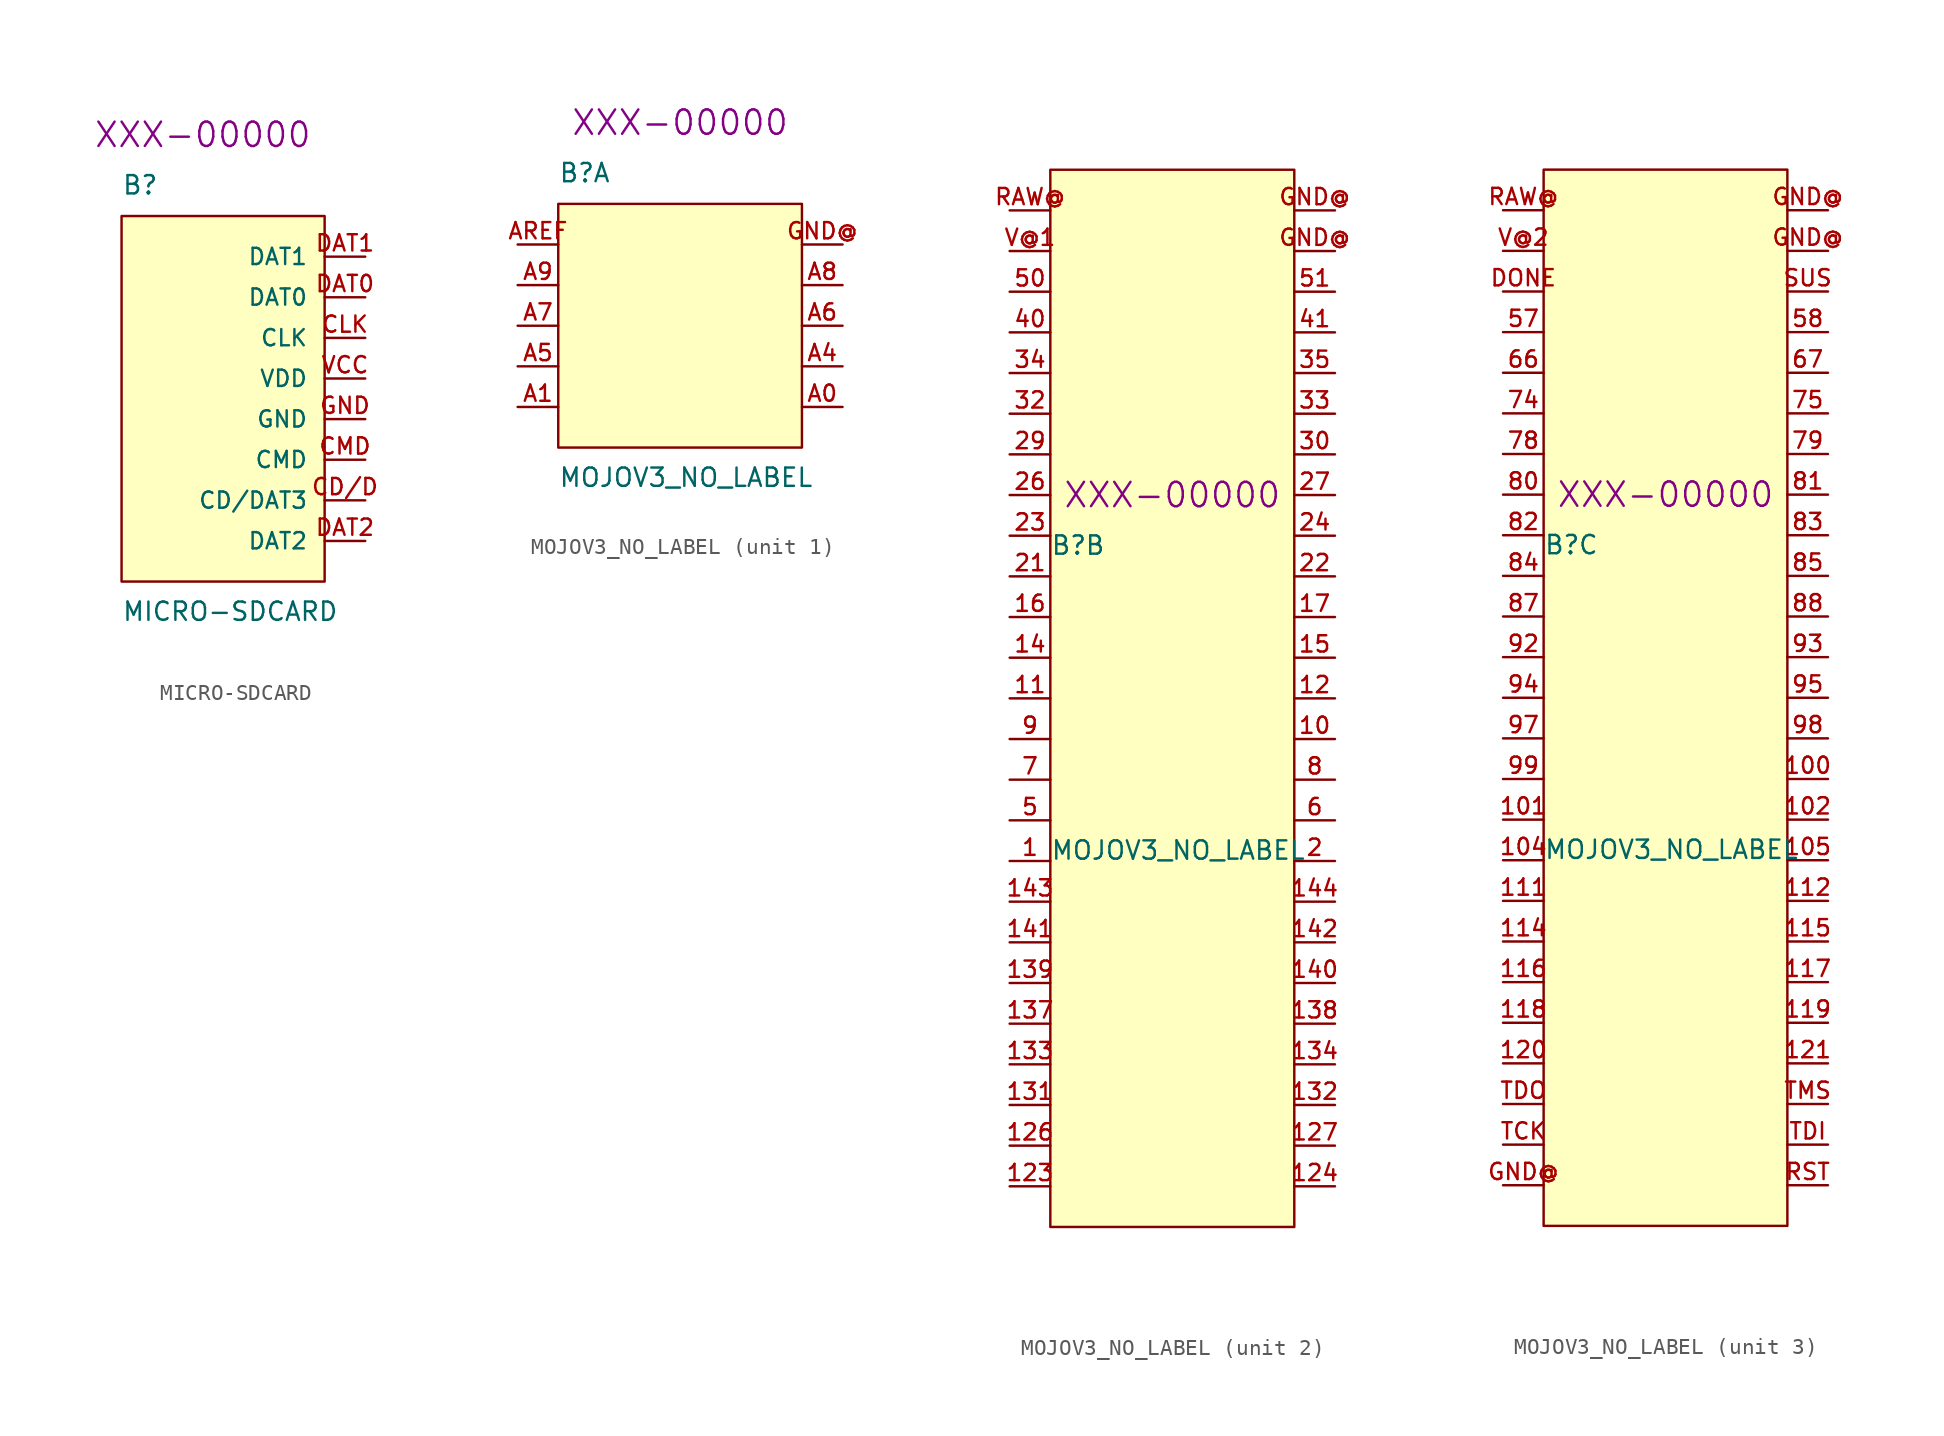
<source format=kicad_sym>
(kicad_symbol_lib
  (version 20201005)
  (generator kicad_symbol_editor)
  (symbol "MICRO-SDCARD"
    (pin_names
      (offset 1.016))
    (property "Reference" "B"
      (at -5.08 13.97 0)
      (effects (font (size 1.143 1.143)) (justify left bottom)))
    (property "Value" "MICRO-SDCARD"
      (at -5.08 -12.7 0)
      (effects (font (size 1.143 1.143)) (justify left bottom)))
    (property "Field4" "XXX-00000"
      (at 0 17.78 0)
      (effects (font (size 1.524 1.524))))
    (property "ki_locked" ""
      (at 0 0 0)
      (effects (font (size 1.27 1.27))))
    (symbol "MICRO-SDCARD_1_1"
      (polyline (pts (xy 7.62 12.7) (xy 7.62 -10.16) (xy -5.08 -10.16) (xy -5.08 12.7) (xy 7.62 12.7)) (stroke (width 0)) (fill (type background)))
      (pin power_in line (at 10.16 2.54 180) (length 2.54) (name "VDD" (effects (font (size 1.016 1.016)))) (number "VCC" (effects (font (size 1.016 1.016)))))
      (pin bidirectional line (at 10.16 -2.54 180) (length 2.54) (name "CMD" (effects (font (size 1.016 1.016)))) (number "CMD" (effects (font (size 1.016 1.016)))))
      (pin power_in line (at 10.16 0 180) (length 2.54) (name "GND" (effects (font (size 1.016 1.016)))) (number "GND" (effects (font (size 1.016 1.016)))))
      (pin bidirectional line (at 10.16 5.08 180) (length 2.54) (name "CLK" (effects (font (size 1.016 1.016)))) (number "CLK" (effects (font (size 1.016 1.016)))))
      (pin bidirectional line (at 10.16 7.62 180) (length 2.54) (name "DAT0" (effects (font (size 1.016 1.016)))) (number "DAT0" (effects (font (size 1.016 1.016)))))
      (pin bidirectional line (at 10.16 10.16 180) (length 2.54) (name "DAT1" (effects (font (size 1.016 1.016)))) (number "DAT1" (effects (font (size 1.016 1.016)))))
      (pin bidirectional line (at 10.16 -7.62 180) (length 2.54) (name "DAT2" (effects (font (size 1.016 1.016)))) (number "DAT2" (effects (font (size 1.016 1.016)))))
      (pin bidirectional line (at 10.16 -5.08 180) (length 2.54) (name "CD/DAT3" (effects (font (size 1.016 1.016)))) (number "CD/D" (effects (font (size 1.016 1.016)))))))
  (symbol "MOJOV3_NO_LABEL"
    (pin_names
      (offset 1.016) hide)
    (property "Reference" "B"
      (at -7.62 8.89 0)
      (effects (font (size 1.143 1.143)) (justify left bottom)))
    (property "Value" "MOJOV3_NO_LABEL"
      (at -7.62 -10.16 0)
      (effects (font (size 1.143 1.143)) (justify left bottom)))
    (property "Field4" "XXX-00000"
      (at 0 12.7 0)
      (effects (font (size 1.524 1.524))))
    (property "ki_locked" ""
      (at 0 0 0)
      (effects (font (size 1.27 1.27))))
    (symbol "MOJOV3_NO_LABEL_1_1"
      (polyline (pts (xy -7.62 7.62) (xy 7.62 7.62) (xy 7.62 -7.62) (xy -7.62 -7.62) (xy -7.62 7.62)) (stroke (width 0)) (fill (type background)))
      (pin input line (at 10.16 -5.08 180) (length 2.54) (name "A0" (effects (font (size 1.016 1.016)))) (number "A0" (effects (font (size 1.016 1.016)))))
      (pin input line (at -10.16 -5.08 0) (length 2.54) (name "A1" (effects (font (size 1.016 1.016)))) (number "A1" (effects (font (size 1.016 1.016)))))
      (pin input line (at 10.16 -2.54 180) (length 2.54) (name "A4" (effects (font (size 1.016 1.016)))) (number "A4" (effects (font (size 1.016 1.016)))))
      (pin input line (at -10.16 -2.54 0) (length 2.54) (name "A5" (effects (font (size 1.016 1.016)))) (number "A5" (effects (font (size 1.016 1.016)))))
      (pin input line (at 10.16 0 180) (length 2.54) (name "A6" (effects (font (size 1.016 1.016)))) (number "A6" (effects (font (size 1.016 1.016)))))
      (pin input line (at -10.16 0 0) (length 2.54) (name "A7" (effects (font (size 1.016 1.016)))) (number "A7" (effects (font (size 1.016 1.016)))))
      (pin input line (at 10.16 2.54 180) (length 2.54) (name "A8" (effects (font (size 1.016 1.016)))) (number "A8" (effects (font (size 1.016 1.016)))))
      (pin input line (at -10.16 2.54 0) (length 2.54) (name "A9" (effects (font (size 1.016 1.016)))) (number "A9" (effects (font (size 1.016 1.016)))))
      (pin power_out line (at 10.16 5.08 180) (length 2.54) (name "GND" (effects (font (size 1.016 1.016)))) (number "GND@" (effects (font (size 1.016 1.016)))))
      (pin input line (at -10.16 5.08 0) (length 2.54) (name "AREF" (effects (font (size 1.016 1.016)))) (number "AREF" (effects (font (size 1.016 1.016))))))
    (symbol "MOJOV3_NO_LABEL_2_1"
      (polyline (pts (xy -7.62 33.02) (xy 7.62 33.02) (xy 7.62 -33.02) (xy -7.62 -33.02) (xy -7.62 33.02)) (stroke (width 0)) (fill (type background)))
      (pin bidirectional line (at -10.16 -10.16 0) (length 2.54) (name "1" (effects (font (size 1.016 1.016)))) (number "1" (effects (font (size 1.016 1.016)))))
      (pin bidirectional line (at 10.16 -10.16 180) (length 2.54) (name "2" (effects (font (size 1.016 1.016)))) (number "2" (effects (font (size 1.016 1.016)))))
      (pin bidirectional line (at -10.16 -7.62 0) (length 2.54) (name "5" (effects (font (size 1.016 1.016)))) (number "5" (effects (font (size 1.016 1.016)))))
      (pin bidirectional line (at 10.16 -7.62 180) (length 2.54) (name "6" (effects (font (size 1.016 1.016)))) (number "6" (effects (font (size 1.016 1.016)))))
      (pin bidirectional line (at -10.16 -5.08 0) (length 2.54) (name "7" (effects (font (size 1.016 1.016)))) (number "7" (effects (font (size 1.016 1.016)))))
      (pin bidirectional line (at 10.16 -5.08 180) (length 2.54) (name "8" (effects (font (size 1.016 1.016)))) (number "8" (effects (font (size 1.016 1.016)))))
      (pin bidirectional line (at -10.16 -2.54 0) (length 2.54) (name "9" (effects (font (size 1.016 1.016)))) (number "9" (effects (font (size 1.016 1.016)))))
      (pin bidirectional line (at 10.16 -2.54 180) (length 2.54) (name "10" (effects (font (size 1.016 1.016)))) (number "10" (effects (font (size 1.016 1.016)))))
      (pin bidirectional line (at 10.16 15.24 180) (length 2.54) (name "30" (effects (font (size 1.016 1.016)))) (number "30" (effects (font (size 1.016 1.016)))))
      (pin bidirectional line (at -10.16 22.86 0) (length 2.54) (name "40" (effects (font (size 1.016 1.016)))) (number "40" (effects (font (size 1.016 1.016)))))
      (pin bidirectional line (at -10.16 25.4 0) (length 2.54) (name "50" (effects (font (size 1.016 1.016)))) (number "50" (effects (font (size 1.016 1.016)))))
      (pin bidirectional line (at -10.16 0 0) (length 2.54) (name "11" (effects (font (size 1.016 1.016)))) (number "11" (effects (font (size 1.016 1.016)))))
      (pin bidirectional line (at -10.16 7.62 0) (length 2.54) (name "21" (effects (font (size 1.016 1.016)))) (number "21" (effects (font (size 1.016 1.016)))))
      (pin bidirectional line (at 10.16 22.86 180) (length 2.54) (name "41" (effects (font (size 1.016 1.016)))) (number "41" (effects (font (size 1.016 1.016)))))
      (pin bidirectional line (at 10.16 25.4 180) (length 2.54) (name "51" (effects (font (size 1.016 1.016)))) (number "51" (effects (font (size 1.016 1.016)))))
      (pin bidirectional line (at 10.16 0 180) (length 2.54) (name "12" (effects (font (size 1.016 1.016)))) (number "12" (effects (font (size 1.016 1.016)))))
      (pin bidirectional line (at 10.16 7.62 180) (length 2.54) (name "22" (effects (font (size 1.016 1.016)))) (number "22" (effects (font (size 1.016 1.016)))))
      (pin bidirectional line (at -10.16 17.78 0) (length 2.54) (name "32" (effects (font (size 1.016 1.016)))) (number "32" (effects (font (size 1.016 1.016)))))
      (pin bidirectional line (at -10.16 10.16 0) (length 2.54) (name "23" (effects (font (size 1.016 1.016)))) (number "23" (effects (font (size 1.016 1.016)))))
      (pin bidirectional line (at 10.16 17.78 180) (length 2.54) (name "33" (effects (font (size 1.016 1.016)))) (number "33" (effects (font (size 1.016 1.016)))))
      (pin bidirectional line (at -10.16 2.54 0) (length 2.54) (name "14" (effects (font (size 1.016 1.016)))) (number "14" (effects (font (size 1.016 1.016)))))
      (pin bidirectional line (at 10.16 10.16 180) (length 2.54) (name "24" (effects (font (size 1.016 1.016)))) (number "24" (effects (font (size 1.016 1.016)))))
      (pin bidirectional line (at -10.16 20.32 0) (length 2.54) (name "34" (effects (font (size 1.016 1.016)))) (number "34" (effects (font (size 1.016 1.016)))))
      (pin bidirectional line (at 10.16 2.54 180) (length 2.54) (name "15" (effects (font (size 1.016 1.016)))) (number "15" (effects (font (size 1.016 1.016)))))
      (pin bidirectional line (at 10.16 20.32 180) (length 2.54) (name "35" (effects (font (size 1.016 1.016)))) (number "35" (effects (font (size 1.016 1.016)))))
      (pin bidirectional line (at -10.16 5.08 0) (length 2.54) (name "16" (effects (font (size 1.016 1.016)))) (number "16" (effects (font (size 1.016 1.016)))))
      (pin bidirectional line (at -10.16 12.7 0) (length 2.54) (name "26" (effects (font (size 1.016 1.016)))) (number "26" (effects (font (size 1.016 1.016)))))
      (pin bidirectional line (at 10.16 5.08 180) (length 2.54) (name "17" (effects (font (size 1.016 1.016)))) (number "17" (effects (font (size 1.016 1.016)))))
      (pin bidirectional line (at 10.16 12.7 180) (length 2.54) (name "27" (effects (font (size 1.016 1.016)))) (number "27" (effects (font (size 1.016 1.016)))))
      (pin bidirectional line (at -10.16 15.24 0) (length 2.54) (name "29" (effects (font (size 1.016 1.016)))) (number "29" (effects (font (size 1.016 1.016)))))
      (pin bidirectional line (at 10.16 -17.78 180) (length 2.54) (name "140" (effects (font (size 1.016 1.016)))) (number "140" (effects (font (size 1.016 1.016)))))
      (pin bidirectional line (at -10.16 -25.4 0) (length 2.54) (name "131" (effects (font (size 1.016 1.016)))) (number "131" (effects (font (size 1.016 1.016)))))
      (pin bidirectional line (at -10.16 -15.24 0) (length 2.54) (name "141" (effects (font (size 1.016 1.016)))) (number "141" (effects (font (size 1.016 1.016)))))
      (pin power_out line (at -10.16 27.94 0) (length 2.54) (name "+V" (effects (font (size 1.016 1.016)))) (number "V@1" (effects (font (size 1.016 1.016)))))
      (pin bidirectional line (at 10.16 -25.4 180) (length 2.54) (name "132" (effects (font (size 1.016 1.016)))) (number "132" (effects (font (size 1.016 1.016)))))
      (pin bidirectional line (at 10.16 -15.24 180) (length 2.54) (name "142" (effects (font (size 1.016 1.016)))) (number "142" (effects (font (size 1.016 1.016)))))
      (pin bidirectional line (at -10.16 -30.48 0) (length 2.54) (name "123" (effects (font (size 1.016 1.016)))) (number "123" (effects (font (size 1.016 1.016)))))
      (pin bidirectional line (at -10.16 -22.86 0) (length 2.54) (name "133" (effects (font (size 1.016 1.016)))) (number "133" (effects (font (size 1.016 1.016)))))
      (pin bidirectional line (at -10.16 -12.7 0) (length 2.54) (name "143" (effects (font (size 1.016 1.016)))) (number "143" (effects (font (size 1.016 1.016)))))
      (pin bidirectional line (at 10.16 -30.48 180) (length 2.54) (name "124" (effects (font (size 1.016 1.016)))) (number "124" (effects (font (size 1.016 1.016)))))
      (pin bidirectional line (at 10.16 -22.86 180) (length 2.54) (name "134" (effects (font (size 1.016 1.016)))) (number "134" (effects (font (size 1.016 1.016)))))
      (pin bidirectional line (at 10.16 -12.7 180) (length 2.54) (name "144" (effects (font (size 1.016 1.016)))) (number "144" (effects (font (size 1.016 1.016)))))
      (pin bidirectional line (at -10.16 -27.94 0) (length 2.54) (name "126" (effects (font (size 1.016 1.016)))) (number "126" (effects (font (size 1.016 1.016)))))
      (pin bidirectional line (at 10.16 -27.94 180) (length 2.54) (name "127" (effects (font (size 1.016 1.016)))) (number "127" (effects (font (size 1.016 1.016)))))
      (pin bidirectional line (at -10.16 -20.32 0) (length 2.54) (name "137" (effects (font (size 1.016 1.016)))) (number "137" (effects (font (size 1.016 1.016)))))
      (pin bidirectional line (at 10.16 -20.32 180) (length 2.54) (name "138" (effects (font (size 1.016 1.016)))) (number "138" (effects (font (size 1.016 1.016)))))
      (pin bidirectional line (at -10.16 -17.78 0) (length 2.54) (name "139" (effects (font (size 1.016 1.016)))) (number "139" (effects (font (size 1.016 1.016)))))
      (pin power_out line (at 10.16 27.94 180) (length 2.54) (name "GND" (effects (font (size 1.016 1.016)))) (number "GND@" (effects (font (size 1.016 1.016)))))
      (pin power_out line (at 10.16 30.48 180) (length 2.54) (name "GND" (effects (font (size 1.016 1.016)))) (number "GND@" (effects (font (size 1.016 1.016)))))
      (pin power_out line (at -10.16 30.48 0) (length 2.54) (name "RAW" (effects (font (size 1.016 1.016)))) (number "RAW@" (effects (font (size 1.016 1.016))))))
    (symbol "MOJOV3_NO_LABEL_3_1"
      (polyline (pts (xy -7.62 33.02) (xy 7.62 33.02) (xy 7.62 -33.02) (xy -7.62 -33.02) (xy -7.62 33.02)) (stroke (width 0)) (fill (type background)))
      (pin bidirectional line (at -10.16 12.7 0) (length 2.54) (name "80" (effects (font (size 1.016 1.016)))) (number "80" (effects (font (size 1.016 1.016)))))
      (pin bidirectional line (at 10.16 12.7 180) (length 2.54) (name "81" (effects (font (size 1.016 1.016)))) (number "81" (effects (font (size 1.016 1.016)))))
      (pin bidirectional line (at -10.16 10.16 0) (length 2.54) (name "82" (effects (font (size 1.016 1.016)))) (number "82" (effects (font (size 1.016 1.016)))))
      (pin bidirectional line (at -10.16 2.54 0) (length 2.54) (name "92" (effects (font (size 1.016 1.016)))) (number "92" (effects (font (size 1.016 1.016)))))
      (pin bidirectional line (at 10.16 10.16 180) (length 2.54) (name "83" (effects (font (size 1.016 1.016)))) (number "83" (effects (font (size 1.016 1.016)))))
      (pin bidirectional line (at 10.16 2.54 180) (length 2.54) (name "93" (effects (font (size 1.016 1.016)))) (number "93" (effects (font (size 1.016 1.016)))))
      (pin bidirectional line (at -10.16 17.78 0) (length 2.54) (name "74" (effects (font (size 1.016 1.016)))) (number "74" (effects (font (size 1.016 1.016)))))
      (pin bidirectional line (at -10.16 7.62 0) (length 2.54) (name "84" (effects (font (size 1.016 1.016)))) (number "84" (effects (font (size 1.016 1.016)))))
      (pin bidirectional line (at -10.16 0 0) (length 2.54) (name "94" (effects (font (size 1.016 1.016)))) (number "94" (effects (font (size 1.016 1.016)))))
      (pin bidirectional line (at 10.16 17.78 180) (length 2.54) (name "75" (effects (font (size 1.016 1.016)))) (number "75" (effects (font (size 1.016 1.016)))))
      (pin bidirectional line (at 10.16 7.62 180) (length 2.54) (name "85" (effects (font (size 1.016 1.016)))) (number "85" (effects (font (size 1.016 1.016)))))
      (pin bidirectional line (at 10.16 0 180) (length 2.54) (name "95" (effects (font (size 1.016 1.016)))) (number "95" (effects (font (size 1.016 1.016)))))
      (pin bidirectional line (at -10.16 20.32 0) (length 2.54) (name "66" (effects (font (size 1.016 1.016)))) (number "66" (effects (font (size 1.016 1.016)))))
      (pin bidirectional line (at -10.16 22.86 0) (length 2.54) (name "57" (effects (font (size 1.016 1.016)))) (number "57" (effects (font (size 1.016 1.016)))))
      (pin bidirectional line (at 10.16 20.32 180) (length 2.54) (name "67" (effects (font (size 1.016 1.016)))) (number "67" (effects (font (size 1.016 1.016)))))
      (pin bidirectional line (at -10.16 5.08 0) (length 2.54) (name "87" (effects (font (size 1.016 1.016)))) (number "87" (effects (font (size 1.016 1.016)))))
      (pin bidirectional line (at -10.16 -2.54 0) (length 2.54) (name "97" (effects (font (size 1.016 1.016)))) (number "97" (effects (font (size 1.016 1.016)))))
      (pin bidirectional line (at 10.16 22.86 180) (length 2.54) (name "58" (effects (font (size 1.016 1.016)))) (number "58" (effects (font (size 1.016 1.016)))))
      (pin bidirectional line (at -10.16 15.24 0) (length 2.54) (name "78" (effects (font (size 1.016 1.016)))) (number "78" (effects (font (size 1.016 1.016)))))
      (pin bidirectional line (at 10.16 5.08 180) (length 2.54) (name "88" (effects (font (size 1.016 1.016)))) (number "88" (effects (font (size 1.016 1.016)))))
      (pin bidirectional line (at 10.16 -2.54 180) (length 2.54) (name "98" (effects (font (size 1.016 1.016)))) (number "98" (effects (font (size 1.016 1.016)))))
      (pin bidirectional line (at 10.16 15.24 180) (length 2.54) (name "79" (effects (font (size 1.016 1.016)))) (number "79" (effects (font (size 1.016 1.016)))))
      (pin bidirectional line (at -10.16 -5.08 0) (length 2.54) (name "99" (effects (font (size 1.016 1.016)))) (number "99" (effects (font (size 1.016 1.016)))))
      (pin bidirectional line (at 10.16 -5.08 180) (length 2.54) (name "100" (effects (font (size 1.016 1.016)))) (number "100" (effects (font (size 1.016 1.016)))))
      (pin bidirectional line (at -10.16 -22.86 0) (length 2.54) (name "120" (effects (font (size 1.016 1.016)))) (number "120" (effects (font (size 1.016 1.016)))))
      (pin bidirectional line (at -10.16 -7.62 0) (length 2.54) (name "101" (effects (font (size 1.016 1.016)))) (number "101" (effects (font (size 1.016 1.016)))))
      (pin bidirectional line (at -10.16 -12.7 0) (length 2.54) (name "111" (effects (font (size 1.016 1.016)))) (number "111" (effects (font (size 1.016 1.016)))))
      (pin bidirectional line (at 10.16 -22.86 180) (length 2.54) (name "121" (effects (font (size 1.016 1.016)))) (number "121" (effects (font (size 1.016 1.016)))))
      (pin bidirectional line (at 10.16 -7.62 180) (length 2.54) (name "102" (effects (font (size 1.016 1.016)))) (number "102" (effects (font (size 1.016 1.016)))))
      (pin bidirectional line (at 10.16 -12.7 180) (length 2.54) (name "112" (effects (font (size 1.016 1.016)))) (number "112" (effects (font (size 1.016 1.016)))))
      (pin power_out line (at -10.16 27.94 0) (length 2.54) (name "+V" (effects (font (size 1.016 1.016)))) (number "V@2" (effects (font (size 1.016 1.016)))))
      (pin bidirectional line (at -10.16 -10.16 0) (length 2.54) (name "104" (effects (font (size 1.016 1.016)))) (number "104" (effects (font (size 1.016 1.016)))))
      (pin bidirectional line (at -10.16 -15.24 0) (length 2.54) (name "114" (effects (font (size 1.016 1.016)))) (number "114" (effects (font (size 1.016 1.016)))))
      (pin bidirectional line (at 10.16 -10.16 180) (length 2.54) (name "105" (effects (font (size 1.016 1.016)))) (number "105" (effects (font (size 1.016 1.016)))))
      (pin bidirectional line (at 10.16 -15.24 180) (length 2.54) (name "115" (effects (font (size 1.016 1.016)))) (number "115" (effects (font (size 1.016 1.016)))))
      (pin bidirectional line (at -10.16 -17.78 0) (length 2.54) (name "116" (effects (font (size 1.016 1.016)))) (number "116" (effects (font (size 1.016 1.016)))))
      (pin bidirectional line (at 10.16 -17.78 180) (length 2.54) (name "117" (effects (font (size 1.016 1.016)))) (number "117" (effects (font (size 1.016 1.016)))))
      (pin bidirectional line (at -10.16 -20.32 0) (length 2.54) (name "118" (effects (font (size 1.016 1.016)))) (number "118" (effects (font (size 1.016 1.016)))))
      (pin bidirectional line (at 10.16 -20.32 180) (length 2.54) (name "119" (effects (font (size 1.016 1.016)))) (number "119" (effects (font (size 1.016 1.016)))))
      (pin input line (at 10.16 -27.94 180) (length 2.54) (name "TDI" (effects (font (size 1.016 1.016)))) (number "TDI" (effects (font (size 1.016 1.016)))))
      (pin input line (at -10.16 -27.94 0) (length 2.54) (name "TCK" (effects (font (size 1.016 1.016)))) (number "TCK" (effects (font (size 1.016 1.016)))))
      (pin output line (at -10.16 -25.4 0) (length 2.54) (name "TDO" (effects (font (size 1.016 1.016)))) (number "TDO" (effects (font (size 1.016 1.016)))))
      (pin input line (at 10.16 -25.4 180) (length 2.54) (name "TMS" (effects (font (size 1.016 1.016)))) (number "TMS" (effects (font (size 1.016 1.016)))))
      (pin input line (at 10.16 25.4 180) (length 2.54) (name "SUS" (effects (font (size 1.016 1.016)))) (number "SUS" (effects (font (size 1.016 1.016)))))
      (pin input line (at 10.16 -30.48 180) (length 2.54) (name "RST" (effects (font (size 1.016 1.016)))) (number "RST" (effects (font (size 1.016 1.016)))))
      (pin power_out line (at -10.16 -30.48 0) (length 2.54) (name "GND" (effects (font (size 1.016 1.016)))) (number "GND@" (effects (font (size 1.016 1.016)))))
      (pin power_out line (at 10.16 27.94 180) (length 2.54) (name "GND" (effects (font (size 1.016 1.016)))) (number "GND@" (effects (font (size 1.016 1.016)))))
      (pin power_out line (at 10.16 30.48 180) (length 2.54) (name "GND" (effects (font (size 1.016 1.016)))) (number "GND@" (effects (font (size 1.016 1.016)))))
      (pin power_out line (at -10.16 30.48 0) (length 2.54) (name "RAW" (effects (font (size 1.016 1.016)))) (number "RAW@" (effects (font (size 1.016 1.016)))))
      (pin bidirectional line (at -10.16 25.4 0) (length 2.54) (name "DONE" (effects (font (size 1.016 1.016)))) (number "DONE" (effects (font (size 1.016 1.016))))))))
</source>
